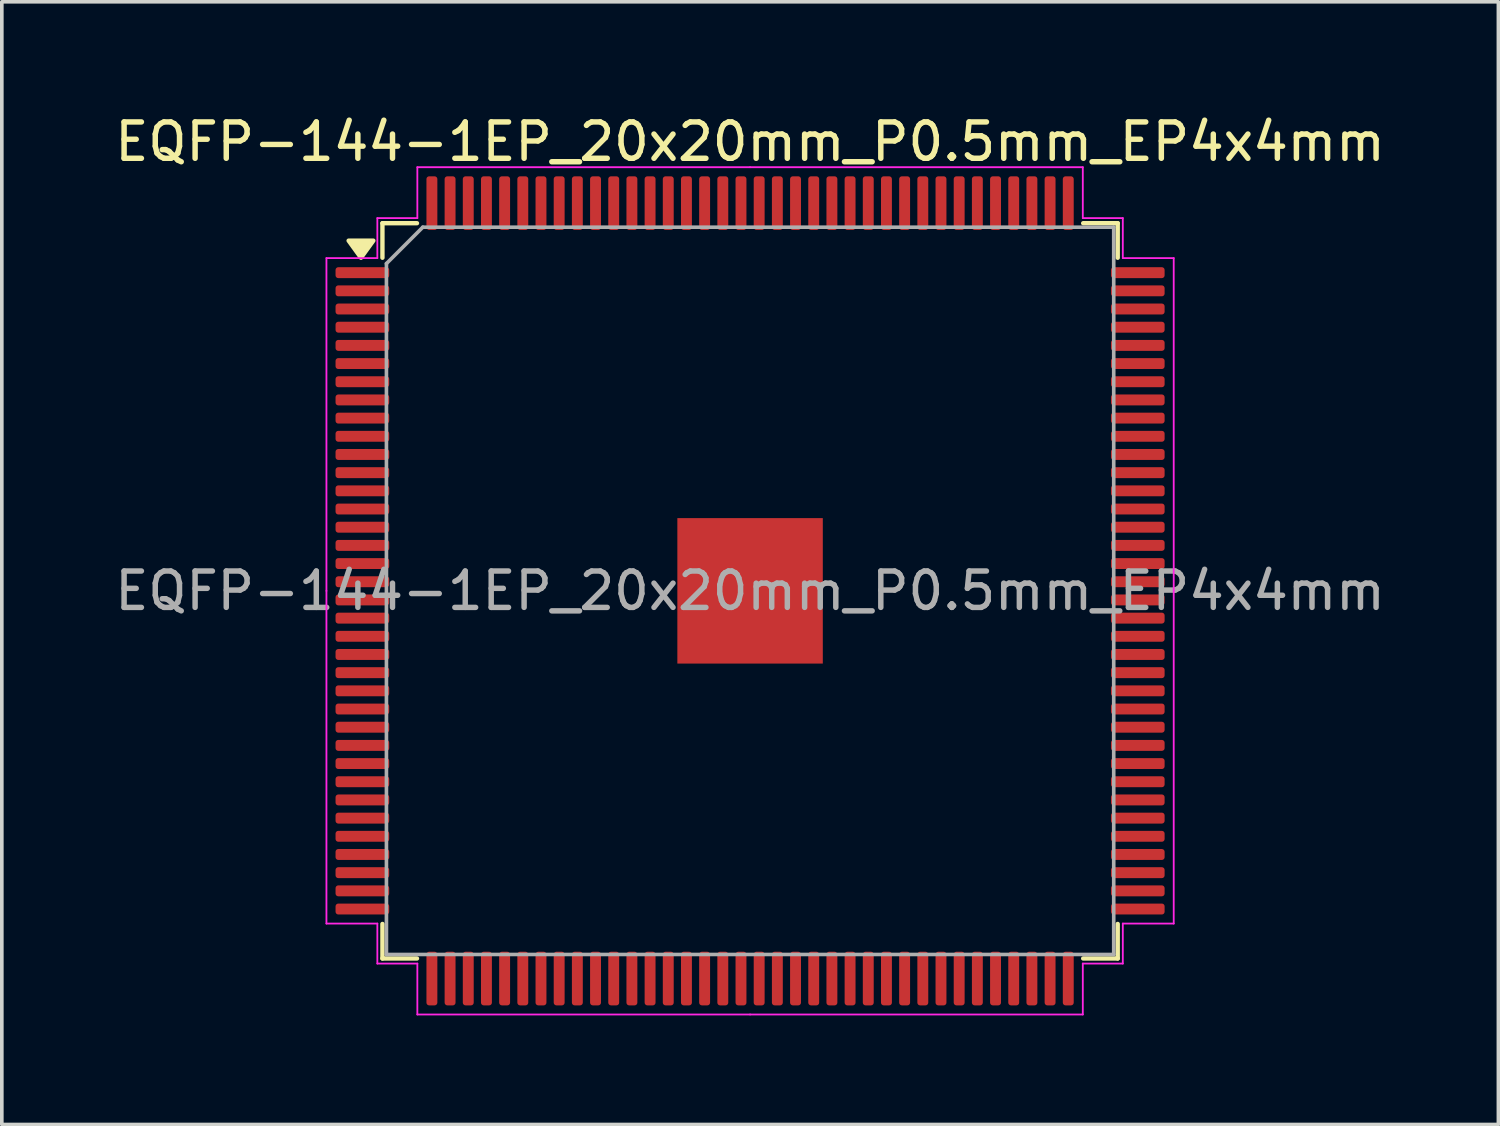
<source format=kicad_pcb>
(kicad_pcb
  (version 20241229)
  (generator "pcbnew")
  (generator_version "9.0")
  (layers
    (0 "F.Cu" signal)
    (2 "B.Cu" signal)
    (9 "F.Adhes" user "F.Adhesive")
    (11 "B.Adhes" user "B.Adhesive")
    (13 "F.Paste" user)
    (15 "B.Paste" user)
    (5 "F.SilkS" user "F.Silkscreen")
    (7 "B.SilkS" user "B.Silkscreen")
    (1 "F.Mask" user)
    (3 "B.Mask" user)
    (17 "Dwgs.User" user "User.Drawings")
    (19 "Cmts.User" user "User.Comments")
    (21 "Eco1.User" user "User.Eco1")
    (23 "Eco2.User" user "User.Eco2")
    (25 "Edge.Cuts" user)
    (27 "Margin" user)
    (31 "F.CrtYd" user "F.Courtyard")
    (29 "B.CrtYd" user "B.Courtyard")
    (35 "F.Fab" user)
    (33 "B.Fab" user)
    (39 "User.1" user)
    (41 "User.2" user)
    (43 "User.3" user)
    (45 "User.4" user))
  (footprint "EQFP-144-1EP_20x20mm_P0.5mm_EP4x4mm"
    (layer "F.Cu")
    (at 17.577 13.198)
    (property "Reference" "EQFP-144-1EP_20x20mm_P0.5mm_EP4x4mm" (at 0 -12.35 0) (layer "F.SilkS") (effects (font (size 1 1) (thickness 0.15))))
    (attr smd)
    (fp_line (start -10.11 -10.11) (end -10.11 -9.16) (stroke (width 0.12) (type solid)) (layer "F.SilkS"))
    (fp_line (start -10.11 10.11) (end -10.11 9.16) (stroke (width 0.12) (type solid)) (layer "F.SilkS"))
    (fp_line (start -9.16 -10.11) (end -10.11 -10.11) (stroke (width 0.12) (type solid)) (layer "F.SilkS"))
    (fp_line (start -9.16 10.11) (end -10.11 10.11) (stroke (width 0.12) (type solid)) (layer "F.SilkS"))
    (fp_line (start 9.16 -10.11) (end 10.11 -10.11) (stroke (width 0.12) (type solid)) (layer "F.SilkS"))
    (fp_line (start 9.16 10.11) (end 10.11 10.11) (stroke (width 0.12) (type solid)) (layer "F.SilkS"))
    (fp_line (start 10.11 -10.11) (end 10.11 -9.16) (stroke (width 0.12) (type solid)) (layer "F.SilkS"))
    (fp_line (start 10.11 10.11) (end 10.11 9.16) (stroke (width 0.12) (type solid)) (layer "F.SilkS"))
    (fp_poly (pts (xy -10.7 -9.16) (xy -11.04 -9.63) (xy -10.36 -9.63) (xy -10.7 -9.16)) (stroke (width 0.12) (type solid)) (fill yes) (layer "F.SilkS"))
    (fp_line (start -11.65 -9.15) (end -11.65 0) (stroke (width 0.05) (type solid)) (layer "F.CrtYd"))
    (fp_line (start -11.65 9.15) (end -11.65 0) (stroke (width 0.05) (type solid)) (layer "F.CrtYd"))
    (fp_line (start -10.25 -10.25) (end -10.25 -9.15) (stroke (width 0.05) (type solid)) (layer "F.CrtYd"))
    (fp_line (start -10.25 -9.15) (end -11.65 -9.15) (stroke (width 0.05) (type solid)) (layer "F.CrtYd"))
    (fp_line (start -10.25 9.15) (end -11.65 9.15) (stroke (width 0.05) (type solid)) (layer "F.CrtYd"))
    (fp_line (start -10.25 10.25) (end -10.25 9.15) (stroke (width 0.05) (type solid)) (layer "F.CrtYd"))
    (fp_line (start -9.15 -11.65) (end -9.15 -10.25) (stroke (width 0.05) (type solid)) (layer "F.CrtYd"))
    (fp_line (start -9.15 -10.25) (end -10.25 -10.25) (stroke (width 0.05) (type solid)) (layer "F.CrtYd"))
    (fp_line (start -9.15 10.25) (end -10.25 10.25) (stroke (width 0.05) (type solid)) (layer "F.CrtYd"))
    (fp_line (start -9.15 11.65) (end -9.15 10.25) (stroke (width 0.05) (type solid)) (layer "F.CrtYd"))
    (fp_line (start 0 -11.65) (end -9.15 -11.65) (stroke (width 0.05) (type solid)) (layer "F.CrtYd"))
    (fp_line (start 0 -11.65) (end 9.15 -11.65) (stroke (width 0.05) (type solid)) (layer "F.CrtYd"))
    (fp_line (start 0 11.65) (end -9.15 11.65) (stroke (width 0.05) (type solid)) (layer "F.CrtYd"))
    (fp_line (start 0 11.65) (end 9.15 11.65) (stroke (width 0.05) (type solid)) (layer "F.CrtYd"))
    (fp_line (start 9.15 -11.65) (end 9.15 -10.25) (stroke (width 0.05) (type solid)) (layer "F.CrtYd"))
    (fp_line (start 9.15 -10.25) (end 10.25 -10.25) (stroke (width 0.05) (type solid)) (layer "F.CrtYd"))
    (fp_line (start 9.15 10.25) (end 10.25 10.25) (stroke (width 0.05) (type solid)) (layer "F.CrtYd"))
    (fp_line (start 9.15 11.65) (end 9.15 10.25) (stroke (width 0.05) (type solid)) (layer "F.CrtYd"))
    (fp_line (start 10.25 -10.25) (end 10.25 -9.15) (stroke (width 0.05) (type solid)) (layer "F.CrtYd"))
    (fp_line (start 10.25 -9.15) (end 11.65 -9.15) (stroke (width 0.05) (type solid)) (layer "F.CrtYd"))
    (fp_line (start 10.25 9.15) (end 11.65 9.15) (stroke (width 0.05) (type solid)) (layer "F.CrtYd"))
    (fp_line (start 10.25 10.25) (end 10.25 9.15) (stroke (width 0.05) (type solid)) (layer "F.CrtYd"))
    (fp_line (start 11.65 -9.15) (end 11.65 0) (stroke (width 0.05) (type solid)) (layer "F.CrtYd"))
    (fp_line (start 11.65 9.15) (end 11.65 0) (stroke (width 0.05) (type solid)) (layer "F.CrtYd"))
    (fp_line (start -10 -9) (end -9 -10) (stroke (width 0.1) (type solid)) (layer "F.Fab"))
    (fp_line (start -10 10) (end -10 -9) (stroke (width 0.1) (type solid)) (layer "F.Fab"))
    (fp_line (start -9 -10) (end 10 -10) (stroke (width 0.1) (type solid)) (layer "F.Fab"))
    (fp_line (start 10 -10) (end 10 10) (stroke (width 0.1) (type solid)) (layer "F.Fab"))
    (fp_line (start 10 10) (end -10 10) (stroke (width 0.1) (type solid)) (layer "F.Fab"))
    (fp_text user "${REFERENCE}" (at 0 0 0) (layer "F.Fab") (effects (font (size 1 1) (thickness 0.15))))
    (pad "" smd roundrect (at -1.33 -1.33) (size 1.07 1.07) (layers "F.Paste") (roundrect_rratio 0.234))
    (pad "" smd roundrect (at -1.33 0) (size 1.07 1.07) (layers "F.Paste") (roundrect_rratio 0.234))
    (pad "" smd roundrect (at -1.33 1.33) (size 1.07 1.07) (layers "F.Paste") (roundrect_rratio 0.234))
    (pad "" smd roundrect (at 0 -1.33) (size 1.07 1.07) (layers "F.Paste") (roundrect_rratio 0.234))
    (pad "" smd roundrect (at 0 0) (size 1.07 1.07) (layers "F.Paste") (roundrect_rratio 0.234))
    (pad "" smd roundrect (at 0 1.33) (size 1.07 1.07) (layers "F.Paste") (roundrect_rratio 0.234))
    (pad "" smd roundrect (at 1.33 -1.33) (size 1.07 1.07) (layers "F.Paste") (roundrect_rratio 0.234))
    (pad "" smd roundrect (at 1.33 0) (size 1.07 1.07) (layers "F.Paste") (roundrect_rratio 0.234))
    (pad "" smd roundrect (at 1.33 1.33) (size 1.07 1.07) (layers "F.Paste") (roundrect_rratio 0.234))
    (pad "1" smd roundrect (at -10.662 -8.75) (size 1.475 0.3) (layers "F.Cu" "F.Mask" "F.Paste") (roundrect_rratio 0.25))
    (pad "2" smd roundrect (at -10.662 -8.25) (size 1.475 0.3) (layers "F.Cu" "F.Mask" "F.Paste") (roundrect_rratio 0.25))
    (pad "3" smd roundrect (at -10.662 -7.75) (size 1.475 0.3) (layers "F.Cu" "F.Mask" "F.Paste") (roundrect_rratio 0.25))
    (pad "4" smd roundrect (at -10.662 -7.25) (size 1.475 0.3) (layers "F.Cu" "F.Mask" "F.Paste") (roundrect_rratio 0.25))
    (pad "5" smd roundrect (at -10.662 -6.75) (size 1.475 0.3) (layers "F.Cu" "F.Mask" "F.Paste") (roundrect_rratio 0.25))
    (pad "6" smd roundrect (at -10.662 -6.25) (size 1.475 0.3) (layers "F.Cu" "F.Mask" "F.Paste") (roundrect_rratio 0.25))
    (pad "7" smd roundrect (at -10.662 -5.75) (size 1.475 0.3) (layers "F.Cu" "F.Mask" "F.Paste") (roundrect_rratio 0.25))
    (pad "8" smd roundrect (at -10.662 -5.25) (size 1.475 0.3) (layers "F.Cu" "F.Mask" "F.Paste") (roundrect_rratio 0.25))
    (pad "9" smd roundrect (at -10.662 -4.75) (size 1.475 0.3) (layers "F.Cu" "F.Mask" "F.Paste") (roundrect_rratio 0.25))
    (pad "10" smd roundrect (at -10.662 -4.25) (size 1.475 0.3) (layers "F.Cu" "F.Mask" "F.Paste") (roundrect_rratio 0.25))
    (pad "11" smd roundrect (at -10.662 -3.75) (size 1.475 0.3) (layers "F.Cu" "F.Mask" "F.Paste") (roundrect_rratio 0.25))
    (pad "12" smd roundrect (at -10.662 -3.25) (size 1.475 0.3) (layers "F.Cu" "F.Mask" "F.Paste") (roundrect_rratio 0.25))
    (pad "13" smd roundrect (at -10.662 -2.75) (size 1.475 0.3) (layers "F.Cu" "F.Mask" "F.Paste") (roundrect_rratio 0.25))
    (pad "14" smd roundrect (at -10.662 -2.25) (size 1.475 0.3) (layers "F.Cu" "F.Mask" "F.Paste") (roundrect_rratio 0.25))
    (pad "15" smd roundrect (at -10.662 -1.75) (size 1.475 0.3) (layers "F.Cu" "F.Mask" "F.Paste") (roundrect_rratio 0.25))
    (pad "16" smd roundrect (at -10.662 -1.25) (size 1.475 0.3) (layers "F.Cu" "F.Mask" "F.Paste") (roundrect_rratio 0.25))
    (pad "17" smd roundrect (at -10.662 -0.75) (size 1.475 0.3) (layers "F.Cu" "F.Mask" "F.Paste") (roundrect_rratio 0.25))
    (pad "18" smd roundrect (at -10.662 -0.25) (size 1.475 0.3) (layers "F.Cu" "F.Mask" "F.Paste") (roundrect_rratio 0.25))
    (pad "19" smd roundrect (at -10.662 0.25) (size 1.475 0.3) (layers "F.Cu" "F.Mask" "F.Paste") (roundrect_rratio 0.25))
    (pad "20" smd roundrect (at -10.662 0.75) (size 1.475 0.3) (layers "F.Cu" "F.Mask" "F.Paste") (roundrect_rratio 0.25))
    (pad "21" smd roundrect (at -10.662 1.25) (size 1.475 0.3) (layers "F.Cu" "F.Mask" "F.Paste") (roundrect_rratio 0.25))
    (pad "22" smd roundrect (at -10.662 1.75) (size 1.475 0.3) (layers "F.Cu" "F.Mask" "F.Paste") (roundrect_rratio 0.25))
    (pad "23" smd roundrect (at -10.662 2.25) (size 1.475 0.3) (layers "F.Cu" "F.Mask" "F.Paste") (roundrect_rratio 0.25))
    (pad "24" smd roundrect (at -10.662 2.75) (size 1.475 0.3) (layers "F.Cu" "F.Mask" "F.Paste") (roundrect_rratio 0.25))
    (pad "25" smd roundrect (at -10.662 3.25) (size 1.475 0.3) (layers "F.Cu" "F.Mask" "F.Paste") (roundrect_rratio 0.25))
    (pad "26" smd roundrect (at -10.662 3.75) (size 1.475 0.3) (layers "F.Cu" "F.Mask" "F.Paste") (roundrect_rratio 0.25))
    (pad "27" smd roundrect (at -10.662 4.25) (size 1.475 0.3) (layers "F.Cu" "F.Mask" "F.Paste") (roundrect_rratio 0.25))
    (pad "28" smd roundrect (at -10.662 4.75) (size 1.475 0.3) (layers "F.Cu" "F.Mask" "F.Paste") (roundrect_rratio 0.25))
    (pad "29" smd roundrect (at -10.662 5.25) (size 1.475 0.3) (layers "F.Cu" "F.Mask" "F.Paste") (roundrect_rratio 0.25))
    (pad "30" smd roundrect (at -10.662 5.75) (size 1.475 0.3) (layers "F.Cu" "F.Mask" "F.Paste") (roundrect_rratio 0.25))
    (pad "31" smd roundrect (at -10.662 6.25) (size 1.475 0.3) (layers "F.Cu" "F.Mask" "F.Paste") (roundrect_rratio 0.25))
    (pad "32" smd roundrect (at -10.662 6.75) (size 1.475 0.3) (layers "F.Cu" "F.Mask" "F.Paste") (roundrect_rratio 0.25))
    (pad "33" smd roundrect (at -10.662 7.25) (size 1.475 0.3) (layers "F.Cu" "F.Mask" "F.Paste") (roundrect_rratio 0.25))
    (pad "34" smd roundrect (at -10.662 7.75) (size 1.475 0.3) (layers "F.Cu" "F.Mask" "F.Paste") (roundrect_rratio 0.25))
    (pad "35" smd roundrect (at -10.662 8.25) (size 1.475 0.3) (layers "F.Cu" "F.Mask" "F.Paste") (roundrect_rratio 0.25))
    (pad "36" smd roundrect (at -10.662 8.75) (size 1.475 0.3) (layers "F.Cu" "F.Mask" "F.Paste") (roundrect_rratio 0.25))
    (pad "37" smd roundrect (at -8.75 10.662) (size 0.3 1.475) (layers "F.Cu" "F.Mask" "F.Paste") (roundrect_rratio 0.25))
    (pad "38" smd roundrect (at -8.25 10.662) (size 0.3 1.475) (layers "F.Cu" "F.Mask" "F.Paste") (roundrect_rratio 0.25))
    (pad "39" smd roundrect (at -7.75 10.662) (size 0.3 1.475) (layers "F.Cu" "F.Mask" "F.Paste") (roundrect_rratio 0.25))
    (pad "40" smd roundrect (at -7.25 10.662) (size 0.3 1.475) (layers "F.Cu" "F.Mask" "F.Paste") (roundrect_rratio 0.25))
    (pad "41" smd roundrect (at -6.75 10.662) (size 0.3 1.475) (layers "F.Cu" "F.Mask" "F.Paste") (roundrect_rratio 0.25))
    (pad "42" smd roundrect (at -6.25 10.662) (size 0.3 1.475) (layers "F.Cu" "F.Mask" "F.Paste") (roundrect_rratio 0.25))
    (pad "43" smd roundrect (at -5.75 10.662) (size 0.3 1.475) (layers "F.Cu" "F.Mask" "F.Paste") (roundrect_rratio 0.25))
    (pad "44" smd roundrect (at -5.25 10.662) (size 0.3 1.475) (layers "F.Cu" "F.Mask" "F.Paste") (roundrect_rratio 0.25))
    (pad "45" smd roundrect (at -4.75 10.662) (size 0.3 1.475) (layers "F.Cu" "F.Mask" "F.Paste") (roundrect_rratio 0.25))
    (pad "46" smd roundrect (at -4.25 10.662) (size 0.3 1.475) (layers "F.Cu" "F.Mask" "F.Paste") (roundrect_rratio 0.25))
    (pad "47" smd roundrect (at -3.75 10.662) (size 0.3 1.475) (layers "F.Cu" "F.Mask" "F.Paste") (roundrect_rratio 0.25))
    (pad "48" smd roundrect (at -3.25 10.662) (size 0.3 1.475) (layers "F.Cu" "F.Mask" "F.Paste") (roundrect_rratio 0.25))
    (pad "49" smd roundrect (at -2.75 10.662) (size 0.3 1.475) (layers "F.Cu" "F.Mask" "F.Paste") (roundrect_rratio 0.25))
    (pad "50" smd roundrect (at -2.25 10.662) (size 0.3 1.475) (layers "F.Cu" "F.Mask" "F.Paste") (roundrect_rratio 0.25))
    (pad "51" smd roundrect (at -1.75 10.662) (size 0.3 1.475) (layers "F.Cu" "F.Mask" "F.Paste") (roundrect_rratio 0.25))
    (pad "52" smd roundrect (at -1.25 10.662) (size 0.3 1.475) (layers "F.Cu" "F.Mask" "F.Paste") (roundrect_rratio 0.25))
    (pad "53" smd roundrect (at -0.75 10.662) (size 0.3 1.475) (layers "F.Cu" "F.Mask" "F.Paste") (roundrect_rratio 0.25))
    (pad "54" smd roundrect (at -0.25 10.662) (size 0.3 1.475) (layers "F.Cu" "F.Mask" "F.Paste") (roundrect_rratio 0.25))
    (pad "55" smd roundrect (at 0.25 10.662) (size 0.3 1.475) (layers "F.Cu" "F.Mask" "F.Paste") (roundrect_rratio 0.25))
    (pad "56" smd roundrect (at 0.75 10.662) (size 0.3 1.475) (layers "F.Cu" "F.Mask" "F.Paste") (roundrect_rratio 0.25))
    (pad "57" smd roundrect (at 1.25 10.662) (size 0.3 1.475) (layers "F.Cu" "F.Mask" "F.Paste") (roundrect_rratio 0.25))
    (pad "58" smd roundrect (at 1.75 10.662) (size 0.3 1.475) (layers "F.Cu" "F.Mask" "F.Paste") (roundrect_rratio 0.25))
    (pad "59" smd roundrect (at 2.25 10.662) (size 0.3 1.475) (layers "F.Cu" "F.Mask" "F.Paste") (roundrect_rratio 0.25))
    (pad "60" smd roundrect (at 2.75 10.662) (size 0.3 1.475) (layers "F.Cu" "F.Mask" "F.Paste") (roundrect_rratio 0.25))
    (pad "61" smd roundrect (at 3.25 10.662) (size 0.3 1.475) (layers "F.Cu" "F.Mask" "F.Paste") (roundrect_rratio 0.25))
    (pad "62" smd roundrect (at 3.75 10.662) (size 0.3 1.475) (layers "F.Cu" "F.Mask" "F.Paste") (roundrect_rratio 0.25))
    (pad "63" smd roundrect (at 4.25 10.662) (size 0.3 1.475) (layers "F.Cu" "F.Mask" "F.Paste") (roundrect_rratio 0.25))
    (pad "64" smd roundrect (at 4.75 10.662) (size 0.3 1.475) (layers "F.Cu" "F.Mask" "F.Paste") (roundrect_rratio 0.25))
    (pad "65" smd roundrect (at 5.25 10.662) (size 0.3 1.475) (layers "F.Cu" "F.Mask" "F.Paste") (roundrect_rratio 0.25))
    (pad "66" smd roundrect (at 5.75 10.662) (size 0.3 1.475) (layers "F.Cu" "F.Mask" "F.Paste") (roundrect_rratio 0.25))
    (pad "67" smd roundrect (at 6.25 10.662) (size 0.3 1.475) (layers "F.Cu" "F.Mask" "F.Paste") (roundrect_rratio 0.25))
    (pad "68" smd roundrect (at 6.75 10.662) (size 0.3 1.475) (layers "F.Cu" "F.Mask" "F.Paste") (roundrect_rratio 0.25))
    (pad "69" smd roundrect (at 7.25 10.662) (size 0.3 1.475) (layers "F.Cu" "F.Mask" "F.Paste") (roundrect_rratio 0.25))
    (pad "70" smd roundrect (at 7.75 10.662) (size 0.3 1.475) (layers "F.Cu" "F.Mask" "F.Paste") (roundrect_rratio 0.25))
    (pad "71" smd roundrect (at 8.25 10.662) (size 0.3 1.475) (layers "F.Cu" "F.Mask" "F.Paste") (roundrect_rratio 0.25))
    (pad "72" smd roundrect (at 8.75 10.662) (size 0.3 1.475) (layers "F.Cu" "F.Mask" "F.Paste") (roundrect_rratio 0.25))
    (pad "73" smd roundrect (at 10.662 8.75) (size 1.475 0.3) (layers "F.Cu" "F.Mask" "F.Paste") (roundrect_rratio 0.25))
    (pad "74" smd roundrect (at 10.662 8.25) (size 1.475 0.3) (layers "F.Cu" "F.Mask" "F.Paste") (roundrect_rratio 0.25))
    (pad "75" smd roundrect (at 10.662 7.75) (size 1.475 0.3) (layers "F.Cu" "F.Mask" "F.Paste") (roundrect_rratio 0.25))
    (pad "76" smd roundrect (at 10.662 7.25) (size 1.475 0.3) (layers "F.Cu" "F.Mask" "F.Paste") (roundrect_rratio 0.25))
    (pad "77" smd roundrect (at 10.662 6.75) (size 1.475 0.3) (layers "F.Cu" "F.Mask" "F.Paste") (roundrect_rratio 0.25))
    (pad "78" smd roundrect (at 10.662 6.25) (size 1.475 0.3) (layers "F.Cu" "F.Mask" "F.Paste") (roundrect_rratio 0.25))
    (pad "79" smd roundrect (at 10.662 5.75) (size 1.475 0.3) (layers "F.Cu" "F.Mask" "F.Paste") (roundrect_rratio 0.25))
    (pad "80" smd roundrect (at 10.662 5.25) (size 1.475 0.3) (layers "F.Cu" "F.Mask" "F.Paste") (roundrect_rratio 0.25))
    (pad "81" smd roundrect (at 10.662 4.75) (size 1.475 0.3) (layers "F.Cu" "F.Mask" "F.Paste") (roundrect_rratio 0.25))
    (pad "82" smd roundrect (at 10.662 4.25) (size 1.475 0.3) (layers "F.Cu" "F.Mask" "F.Paste") (roundrect_rratio 0.25))
    (pad "83" smd roundrect (at 10.662 3.75) (size 1.475 0.3) (layers "F.Cu" "F.Mask" "F.Paste") (roundrect_rratio 0.25))
    (pad "84" smd roundrect (at 10.662 3.25) (size 1.475 0.3) (layers "F.Cu" "F.Mask" "F.Paste") (roundrect_rratio 0.25))
    (pad "85" smd roundrect (at 10.662 2.75) (size 1.475 0.3) (layers "F.Cu" "F.Mask" "F.Paste") (roundrect_rratio 0.25))
    (pad "86" smd roundrect (at 10.662 2.25) (size 1.475 0.3) (layers "F.Cu" "F.Mask" "F.Paste") (roundrect_rratio 0.25))
    (pad "87" smd roundrect (at 10.662 1.75) (size 1.475 0.3) (layers "F.Cu" "F.Mask" "F.Paste") (roundrect_rratio 0.25))
    (pad "88" smd roundrect (at 10.662 1.25) (size 1.475 0.3) (layers "F.Cu" "F.Mask" "F.Paste") (roundrect_rratio 0.25))
    (pad "89" smd roundrect (at 10.662 0.75) (size 1.475 0.3) (layers "F.Cu" "F.Mask" "F.Paste") (roundrect_rratio 0.25))
    (pad "90" smd roundrect (at 10.662 0.25) (size 1.475 0.3) (layers "F.Cu" "F.Mask" "F.Paste") (roundrect_rratio 0.25))
    (pad "91" smd roundrect (at 10.662 -0.25) (size 1.475 0.3) (layers "F.Cu" "F.Mask" "F.Paste") (roundrect_rratio 0.25))
    (pad "92" smd roundrect (at 10.662 -0.75) (size 1.475 0.3) (layers "F.Cu" "F.Mask" "F.Paste") (roundrect_rratio 0.25))
    (pad "93" smd roundrect (at 10.662 -1.25) (size 1.475 0.3) (layers "F.Cu" "F.Mask" "F.Paste") (roundrect_rratio 0.25))
    (pad "94" smd roundrect (at 10.662 -1.75) (size 1.475 0.3) (layers "F.Cu" "F.Mask" "F.Paste") (roundrect_rratio 0.25))
    (pad "95" smd roundrect (at 10.662 -2.25) (size 1.475 0.3) (layers "F.Cu" "F.Mask" "F.Paste") (roundrect_rratio 0.25))
    (pad "96" smd roundrect (at 10.662 -2.75) (size 1.475 0.3) (layers "F.Cu" "F.Mask" "F.Paste") (roundrect_rratio 0.25))
    (pad "97" smd roundrect (at 10.662 -3.25) (size 1.475 0.3) (layers "F.Cu" "F.Mask" "F.Paste") (roundrect_rratio 0.25))
    (pad "98" smd roundrect (at 10.662 -3.75) (size 1.475 0.3) (layers "F.Cu" "F.Mask" "F.Paste") (roundrect_rratio 0.25))
    (pad "99" smd roundrect (at 10.662 -4.25) (size 1.475 0.3) (layers "F.Cu" "F.Mask" "F.Paste") (roundrect_rratio 0.25))
    (pad "100" smd roundrect (at 10.662 -4.75) (size 1.475 0.3) (layers "F.Cu" "F.Mask" "F.Paste") (roundrect_rratio 0.25))
    (pad "101" smd roundrect (at 10.662 -5.25) (size 1.475 0.3) (layers "F.Cu" "F.Mask" "F.Paste") (roundrect_rratio 0.25))
    (pad "102" smd roundrect (at 10.662 -5.75) (size 1.475 0.3) (layers "F.Cu" "F.Mask" "F.Paste") (roundrect_rratio 0.25))
    (pad "103" smd roundrect (at 10.662 -6.25) (size 1.475 0.3) (layers "F.Cu" "F.Mask" "F.Paste") (roundrect_rratio 0.25))
    (pad "104" smd roundrect (at 10.662 -6.75) (size 1.475 0.3) (layers "F.Cu" "F.Mask" "F.Paste") (roundrect_rratio 0.25))
    (pad "105" smd roundrect (at 10.662 -7.25) (size 1.475 0.3) (layers "F.Cu" "F.Mask" "F.Paste") (roundrect_rratio 0.25))
    (pad "106" smd roundrect (at 10.662 -7.75) (size 1.475 0.3) (layers "F.Cu" "F.Mask" "F.Paste") (roundrect_rratio 0.25))
    (pad "107" smd roundrect (at 10.662 -8.25) (size 1.475 0.3) (layers "F.Cu" "F.Mask" "F.Paste") (roundrect_rratio 0.25))
    (pad "108" smd roundrect (at 10.662 -8.75) (size 1.475 0.3) (layers "F.Cu" "F.Mask" "F.Paste") (roundrect_rratio 0.25))
    (pad "109" smd roundrect (at 8.75 -10.662) (size 0.3 1.475) (layers "F.Cu" "F.Mask" "F.Paste") (roundrect_rratio 0.25))
    (pad "110" smd roundrect (at 8.25 -10.662) (size 0.3 1.475) (layers "F.Cu" "F.Mask" "F.Paste") (roundrect_rratio 0.25))
    (pad "111" smd roundrect (at 7.75 -10.662) (size 0.3 1.475) (layers "F.Cu" "F.Mask" "F.Paste") (roundrect_rratio 0.25))
    (pad "112" smd roundrect (at 7.25 -10.662) (size 0.3 1.475) (layers "F.Cu" "F.Mask" "F.Paste") (roundrect_rratio 0.25))
    (pad "113" smd roundrect (at 6.75 -10.662) (size 0.3 1.475) (layers "F.Cu" "F.Mask" "F.Paste") (roundrect_rratio 0.25))
    (pad "114" smd roundrect (at 6.25 -10.662) (size 0.3 1.475) (layers "F.Cu" "F.Mask" "F.Paste") (roundrect_rratio 0.25))
    (pad "115" smd roundrect (at 5.75 -10.662) (size 0.3 1.475) (layers "F.Cu" "F.Mask" "F.Paste") (roundrect_rratio 0.25))
    (pad "116" smd roundrect (at 5.25 -10.662) (size 0.3 1.475) (layers "F.Cu" "F.Mask" "F.Paste") (roundrect_rratio 0.25))
    (pad "117" smd roundrect (at 4.75 -10.662) (size 0.3 1.475) (layers "F.Cu" "F.Mask" "F.Paste") (roundrect_rratio 0.25))
    (pad "118" smd roundrect (at 4.25 -10.662) (size 0.3 1.475) (layers "F.Cu" "F.Mask" "F.Paste") (roundrect_rratio 0.25))
    (pad "119" smd roundrect (at 3.75 -10.662) (size 0.3 1.475) (layers "F.Cu" "F.Mask" "F.Paste") (roundrect_rratio 0.25))
    (pad "120" smd roundrect (at 3.25 -10.662) (size 0.3 1.475) (layers "F.Cu" "F.Mask" "F.Paste") (roundrect_rratio 0.25))
    (pad "121" smd roundrect (at 2.75 -10.662) (size 0.3 1.475) (layers "F.Cu" "F.Mask" "F.Paste") (roundrect_rratio 0.25))
    (pad "122" smd roundrect (at 2.25 -10.662) (size 0.3 1.475) (layers "F.Cu" "F.Mask" "F.Paste") (roundrect_rratio 0.25))
    (pad "123" smd roundrect (at 1.75 -10.662) (size 0.3 1.475) (layers "F.Cu" "F.Mask" "F.Paste") (roundrect_rratio 0.25))
    (pad "124" smd roundrect (at 1.25 -10.662) (size 0.3 1.475) (layers "F.Cu" "F.Mask" "F.Paste") (roundrect_rratio 0.25))
    (pad "125" smd roundrect (at 0.75 -10.662) (size 0.3 1.475) (layers "F.Cu" "F.Mask" "F.Paste") (roundrect_rratio 0.25))
    (pad "126" smd roundrect (at 0.25 -10.662) (size 0.3 1.475) (layers "F.Cu" "F.Mask" "F.Paste") (roundrect_rratio 0.25))
    (pad "127" smd roundrect (at -0.25 -10.662) (size 0.3 1.475) (layers "F.Cu" "F.Mask" "F.Paste") (roundrect_rratio 0.25))
    (pad "128" smd roundrect (at -0.75 -10.662) (size 0.3 1.475) (layers "F.Cu" "F.Mask" "F.Paste") (roundrect_rratio 0.25))
    (pad "129" smd roundrect (at -1.25 -10.662) (size 0.3 1.475) (layers "F.Cu" "F.Mask" "F.Paste") (roundrect_rratio 0.25))
    (pad "130" smd roundrect (at -1.75 -10.662) (size 0.3 1.475) (layers "F.Cu" "F.Mask" "F.Paste") (roundrect_rratio 0.25))
    (pad "131" smd roundrect (at -2.25 -10.662) (size 0.3 1.475) (layers "F.Cu" "F.Mask" "F.Paste") (roundrect_rratio 0.25))
    (pad "132" smd roundrect (at -2.75 -10.662) (size 0.3 1.475) (layers "F.Cu" "F.Mask" "F.Paste") (roundrect_rratio 0.25))
    (pad "133" smd roundrect (at -3.25 -10.662) (size 0.3 1.475) (layers "F.Cu" "F.Mask" "F.Paste") (roundrect_rratio 0.25))
    (pad "134" smd roundrect (at -3.75 -10.662) (size 0.3 1.475) (layers "F.Cu" "F.Mask" "F.Paste") (roundrect_rratio 0.25))
    (pad "135" smd roundrect (at -4.25 -10.662) (size 0.3 1.475) (layers "F.Cu" "F.Mask" "F.Paste") (roundrect_rratio 0.25))
    (pad "136" smd roundrect (at -4.75 -10.662) (size 0.3 1.475) (layers "F.Cu" "F.Mask" "F.Paste") (roundrect_rratio 0.25))
    (pad "137" smd roundrect (at -5.25 -10.662) (size 0.3 1.475) (layers "F.Cu" "F.Mask" "F.Paste") (roundrect_rratio 0.25))
    (pad "138" smd roundrect (at -5.75 -10.662) (size 0.3 1.475) (layers "F.Cu" "F.Mask" "F.Paste") (roundrect_rratio 0.25))
    (pad "139" smd roundrect (at -6.25 -10.662) (size 0.3 1.475) (layers "F.Cu" "F.Mask" "F.Paste") (roundrect_rratio 0.25))
    (pad "140" smd roundrect (at -6.75 -10.662) (size 0.3 1.475) (layers "F.Cu" "F.Mask" "F.Paste") (roundrect_rratio 0.25))
    (pad "141" smd roundrect (at -7.25 -10.662) (size 0.3 1.475) (layers "F.Cu" "F.Mask" "F.Paste") (roundrect_rratio 0.25))
    (pad "142" smd roundrect (at -7.75 -10.662) (size 0.3 1.475) (layers "F.Cu" "F.Mask" "F.Paste") (roundrect_rratio 0.25))
    (pad "143" smd roundrect (at -8.25 -10.662) (size 0.3 1.475) (layers "F.Cu" "F.Mask" "F.Paste") (roundrect_rratio 0.25))
    (pad "144" smd roundrect (at -8.75 -10.662) (size 0.3 1.475) (layers "F.Cu" "F.Mask" "F.Paste") (roundrect_rratio 0.25))
    (pad "145" smd rect (at 0 0) (size 4 4) (property pad_prop_heatsink) (layers "F.Cu" "F.Mask")))
  (gr_rect
    (start -3 -3)
    (end 38.155 27.873)
    (stroke (width 0.1) (type default))
    (fill no)
    (layer "Edge.Cuts")))
</source>
